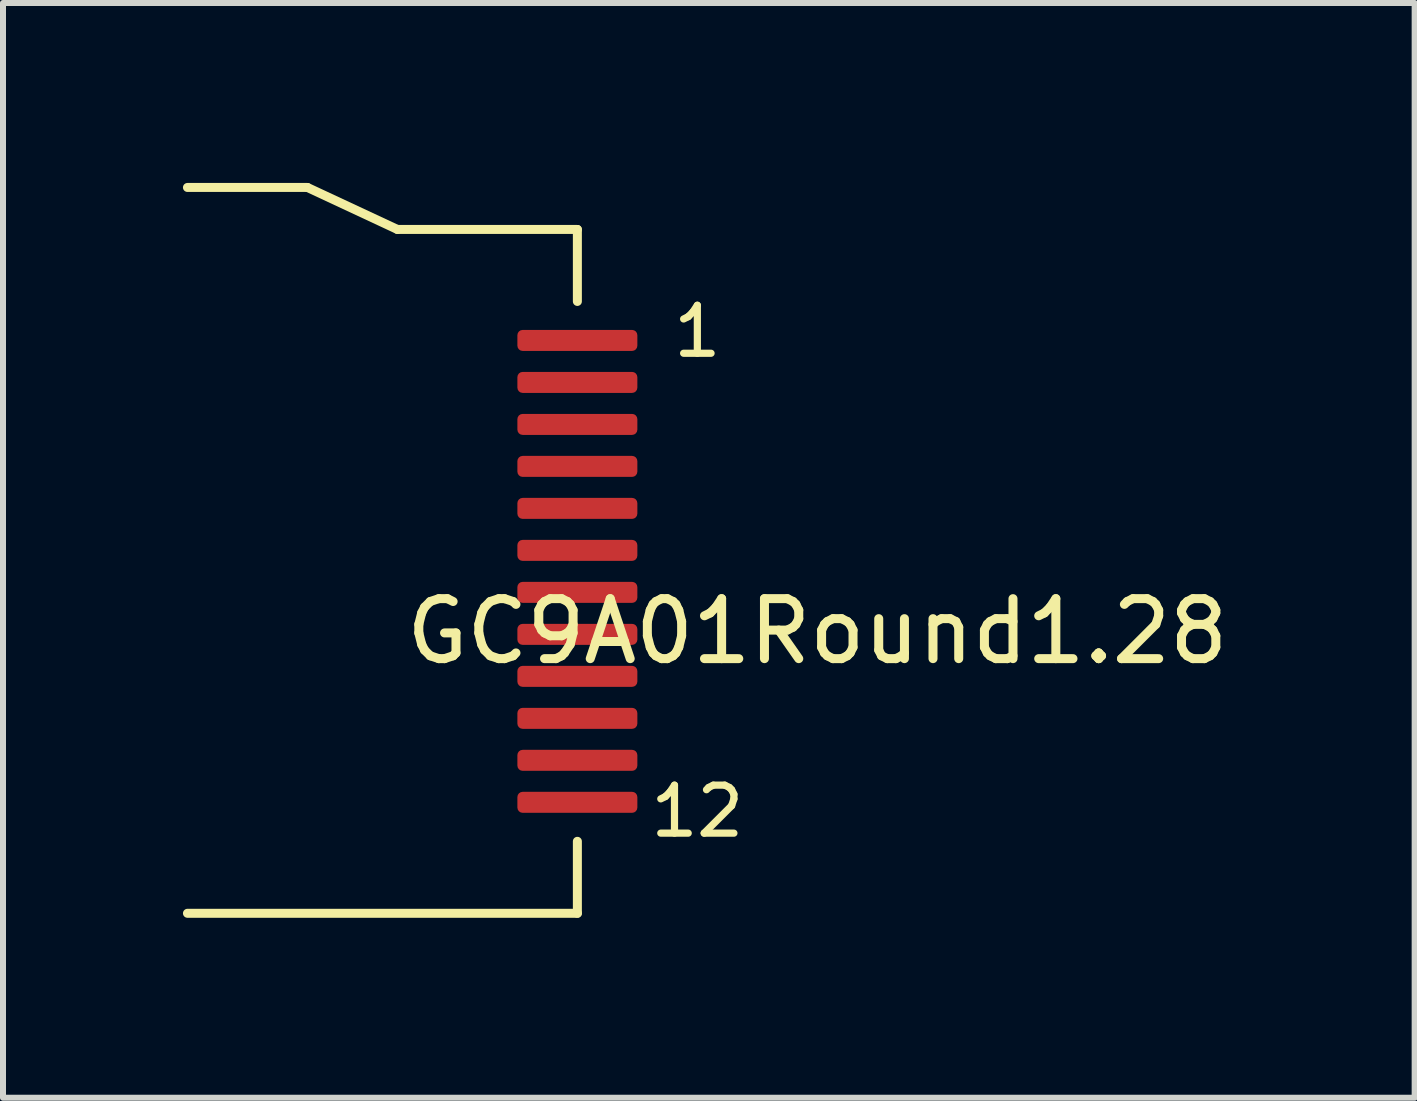
<source format=kicad_pcb>
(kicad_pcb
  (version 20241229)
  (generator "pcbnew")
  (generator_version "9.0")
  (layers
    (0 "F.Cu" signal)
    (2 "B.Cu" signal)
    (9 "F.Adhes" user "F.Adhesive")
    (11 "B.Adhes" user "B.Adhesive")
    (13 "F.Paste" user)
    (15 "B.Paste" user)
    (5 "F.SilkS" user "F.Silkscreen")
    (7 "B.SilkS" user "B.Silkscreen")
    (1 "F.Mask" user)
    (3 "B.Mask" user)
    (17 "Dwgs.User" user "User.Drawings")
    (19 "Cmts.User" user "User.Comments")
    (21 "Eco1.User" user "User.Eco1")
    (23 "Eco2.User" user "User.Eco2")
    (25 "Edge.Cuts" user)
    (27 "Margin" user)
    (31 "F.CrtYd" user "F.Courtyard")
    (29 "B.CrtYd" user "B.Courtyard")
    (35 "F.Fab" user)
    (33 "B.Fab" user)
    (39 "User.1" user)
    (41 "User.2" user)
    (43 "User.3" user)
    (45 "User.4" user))
  (footprint "GC9A01Round1.28"
    (layer "F.Cu")
    (at 6.575 6.475)
    (property "Reference" "GC9A01Round1.28" (at 4 1 0) (layer "F.SilkS") (effects (font (size 1 1) (thickness 0.15))))
    (attr exclude_from_pos_files exclude_from_bom)
    (fp_line (start -6.5 -6.4) (end -4.5 -6.4) (stroke (width 0.15) (type solid)) (layer "F.SilkS"))
    (fp_line (start -4.5 -6.4) (end -3 -5.7) (stroke (width 0.15) (type solid)) (layer "F.SilkS"))
    (fp_line (start 0 -5.7) (end -3 -5.7) (stroke (width 0.15) (type solid)) (layer "F.SilkS"))
    (fp_line (start 0 -5.7) (end 0 -4.5) (stroke (width 0.15) (type solid)) (layer "F.SilkS"))
    (fp_line (start 0 5.7) (end -6.5 5.7) (stroke (width 0.15) (type solid)) (layer "F.SilkS"))
    (fp_line (start 0 5.7) (end 0 4.5) (stroke (width 0.15) (type solid)) (layer "F.SilkS"))
    (fp_text user "12" (at 2 4 0) (layer "F.SilkS") (effects (font (size 0.8 0.8) (thickness 0.12))))
    (fp_text user "1" (at 2 -4 0) (layer "F.SilkS") (effects (font (size 0.8 0.8) (thickness 0.12))))
    (pad "1" smd roundrect (at 0 -3.85) (size 2 0.35) (layers "F.Cu" "F.Mask" "F.Paste") (roundrect_rratio 0.25))
    (pad "2" smd roundrect (at 0 -3.15) (size 2 0.35) (layers "F.Cu" "F.Mask" "F.Paste") (roundrect_rratio 0.25))
    (pad "3" smd roundrect (at 0 -2.45) (size 2 0.35) (layers "F.Cu" "F.Mask" "F.Paste") (roundrect_rratio 0.25))
    (pad "4" smd roundrect (at 0 -1.75) (size 2 0.35) (layers "F.Cu" "F.Mask" "F.Paste") (roundrect_rratio 0.25))
    (pad "5" smd roundrect (at 0 -1.05) (size 2 0.35) (layers "F.Cu" "F.Mask" "F.Paste") (roundrect_rratio 0.25))
    (pad "6" smd roundrect (at 0 -0.35) (size 2 0.35) (layers "F.Cu" "F.Mask" "F.Paste") (roundrect_rratio 0.25))
    (pad "7" smd roundrect (at 0 0.35) (size 2 0.35) (layers "F.Cu" "F.Mask" "F.Paste") (roundrect_rratio 0.25))
    (pad "8" smd roundrect (at 0 1.05) (size 2 0.35) (layers "F.Cu" "F.Mask" "F.Paste") (roundrect_rratio 0.25))
    (pad "9" smd roundrect (at 0 1.75) (size 2 0.35) (layers "F.Cu" "F.Mask" "F.Paste") (roundrect_rratio 0.25))
    (pad "10" smd roundrect (at 0 2.45) (size 2 0.35) (layers "F.Cu" "F.Mask" "F.Paste") (roundrect_rratio 0.25))
    (pad "11" smd roundrect (at 0 3.15) (size 2 0.35) (layers "F.Cu" "F.Mask" "F.Paste") (roundrect_rratio 0.25))
    (pad "12" smd roundrect (at 0 3.85) (size 2 0.35) (layers "F.Cu" "F.Mask" "F.Paste") (roundrect_rratio 0.25)))
  (gr_rect
    (start -3 -3)
    (end 20.533 15.25)
    (stroke (width 0.1) (type default))
    (fill no)
    (layer "Edge.Cuts")))
</source>
